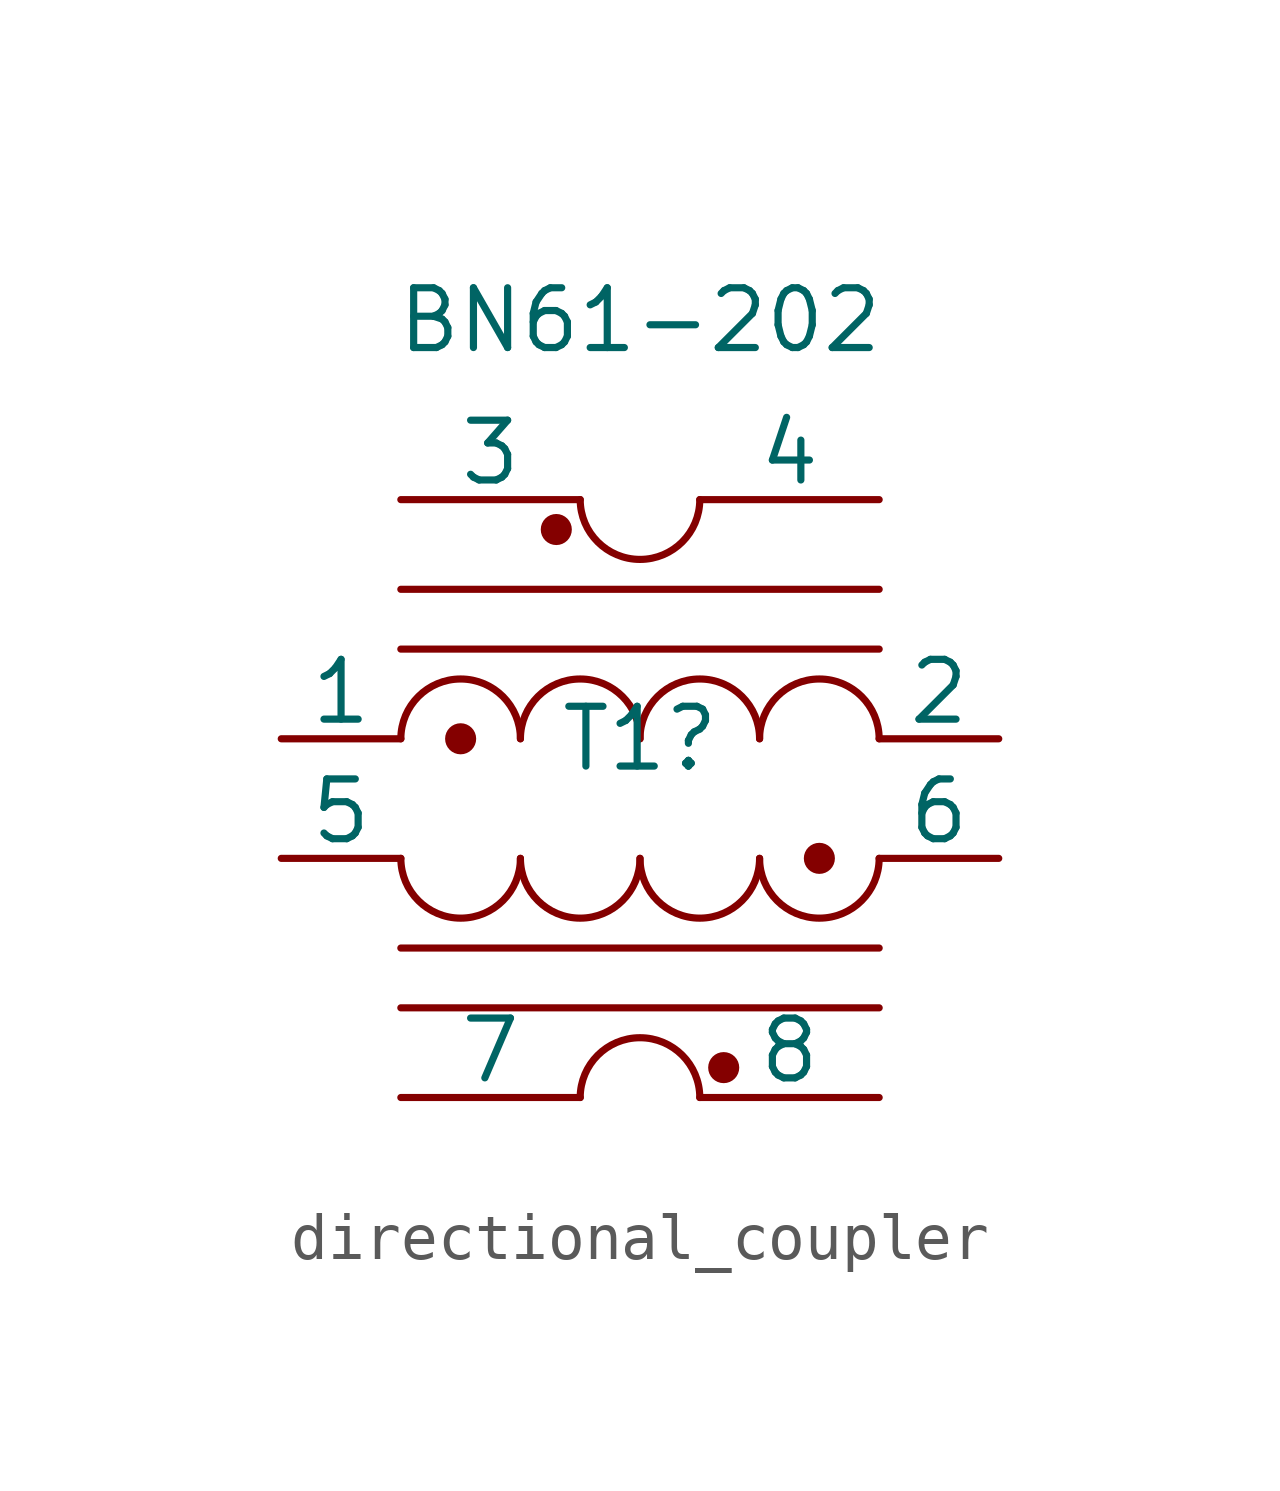
<source format=kicad_sym>
(kicad_symbol_lib
  (version 20220914)
  (generator kicad_symbol_editor)
  (symbol "directional_coupler"
    (pin_numbers hide)
    (pin_names
      (offset 0))
    (property "Reference" "T1"
      (at 0 0 0)
      (effects (font (size 1.27 1.27))))
    (property "Value" "BN61-202"
      (at 0 8.89 0)
      (effects (font (size 1.27 1.27))))
    (symbol "directional_coupler_0_1"
      (arc (start -5.08 -2.54) (mid -3.81 -3.8045) (end -2.54 -2.54) (stroke (width 0) (type default)) (fill (type none)))
      (circle (center -3.81 0) (radius 0.254) (stroke (width 0) (type default)) (fill (type outline)))
      (arc (start -2.54 -2.54) (mid -1.27 -3.8045) (end 0 -2.54) (stroke (width 0) (type default)) (fill (type none)))
      (arc (start -2.54 0) (mid -3.81 1.2645) (end -5.08 0) (stroke (width 0) (type default)) (fill (type none)))
      (circle (center -1.778 4.445) (radius 0.254) (stroke (width 0) (type default)) (fill (type outline)))
      (arc (start -1.27 5.08) (mid 0 3.8155) (end 1.27 5.08) (stroke (width 0) (type default)) (fill (type none)))
      (arc (start 0 -2.54) (mid 1.27 -3.8045) (end 2.54 -2.54) (stroke (width 0) (type default)) (fill (type none)))
      (arc (start 0 0) (mid -1.27 1.2645) (end -2.54 0) (stroke (width 0) (type default)) (fill (type none)))
      (polyline (pts (xy -5.08 1.905) (xy 5.08 1.905)) (stroke (width 0) (type default)) (fill (type none)))
      (polyline (pts (xy -5.08 3.175) (xy 5.08 3.175)) (stroke (width 0) (type default)) (fill (type none)))
      (polyline (pts (xy 5.08 -5.715) (xy -5.08 -5.715)) (stroke (width 0) (type default)) (fill (type none)))
      (polyline (pts (xy 5.08 -4.445) (xy -5.08 -4.445)) (stroke (width 0) (type default)) (fill (type none)))
      (arc (start 1.27 -7.62) (mid 0 -6.3555) (end -1.27 -7.62) (stroke (width 0) (type default)) (fill (type none)))
      (circle (center 1.778 -6.985) (radius 0.254) (stroke (width 0) (type default)) (fill (type outline)))
      (arc (start 2.54 -2.54) (mid 3.81 -3.8045) (end 5.08 -2.54) (stroke (width 0) (type default)) (fill (type none)))
      (arc (start 2.54 0) (mid 1.27 1.2645) (end 0 0) (stroke (width 0) (type default)) (fill (type none)))
      (circle (center 3.81 -2.54) (radius 0.254) (stroke (width 0) (type default)) (fill (type outline)))
      (arc (start 5.08 0) (mid 3.81 1.2645) (end 2.54 0) (stroke (width 0) (type default)) (fill (type none)))
      (pin passive line (at -5.08 -7.62 0) (length 3.81) (name "7" (effects (font (size 1.27 1.27)))) (number "7" (effects (font (size 1.27 1.27)))))
      (pin passive line (at 5.08 -7.62 180) (length 3.81) (name "8" (effects (font (size 1.27 1.27)))) (number "8" (effects (font (size 1.27 1.27))))))
    (symbol "directional_coupler_1_1"
      (pin passive line (at -7.62 0 0) (length 2.54) (name "1" (effects (font (size 1.27 1.27)))) (number "1" (effects (font (size 1.27 1.27)))))
      (pin no_connect line (at -2.54 -2.54 0) (length 2.54) hide (name "1" (effects (font (size 1.27 1.27)))) (number "1" (effects (font (size 1.27 1.27)))))
      (pin no_connect line (at 2.54 0 180) (length 2.54) hide (name "1" (effects (font (size 1.27 1.27)))) (number "1" (effects (font (size 1.27 1.27)))))
      (pin no_connect line (at -2.54 0 0) (length 2.54) hide (name "2" (effects (font (size 1.27 1.27)))) (number "2" (effects (font (size 1.27 1.27)))))
      (pin no_connect line (at 2.54 -2.54 180) (length 2.54) hide (name "2" (effects (font (size 1.27 1.27)))) (number "2" (effects (font (size 1.27 1.27)))))
      (pin passive line (at 7.62 0 180) (length 2.54) (name "2" (effects (font (size 1.27 1.27)))) (number "2" (effects (font (size 1.27 1.27)))))
      (pin passive line (at -5.08 5.08 0) (length 3.81) (name "3" (effects (font (size 1.27 1.27)))) (number "3" (effects (font (size 1.27 1.27)))))
      (pin no_connect line (at -2.54 -7.62 0) (length 2.54) hide (name "3" (effects (font (size 1.27 1.27)))) (number "3" (effects (font (size 1.27 1.27)))))
      (pin no_connect line (at 2.54 5.08 180) (length 2.54) hide (name "3" (effects (font (size 1.27 1.27)))) (number "3" (effects (font (size 1.27 1.27)))))
      (pin passive line (at 5.08 5.08 180) (length 3.81) (name "4" (effects (font (size 1.27 1.27)))) (number "4" (effects (font (size 1.27 1.27)))))
      (pin passive line (at -7.62 -2.54 0) (length 2.54) (name "5" (effects (font (size 1.27 1.27)))) (number "5" (effects (font (size 1.27 1.27)))))
      (pin no_connect line (at -2.54 5.08 0) (length 2.54) hide (name "5" (effects (font (size 1.27 1.27)))) (number "5" (effects (font (size 1.27 1.27)))))
      (pin no_connect line (at 2.54 -7.62 180) (length 2.54) hide (name "5" (effects (font (size 1.27 1.27)))) (number "5" (effects (font (size 1.27 1.27)))))
      (pin passive line (at 7.62 -2.54 180) (length 2.54) (name "6" (effects (font (size 1.27 1.27)))) (number "6" (effects (font (size 1.27 1.27))))))))
</source>
